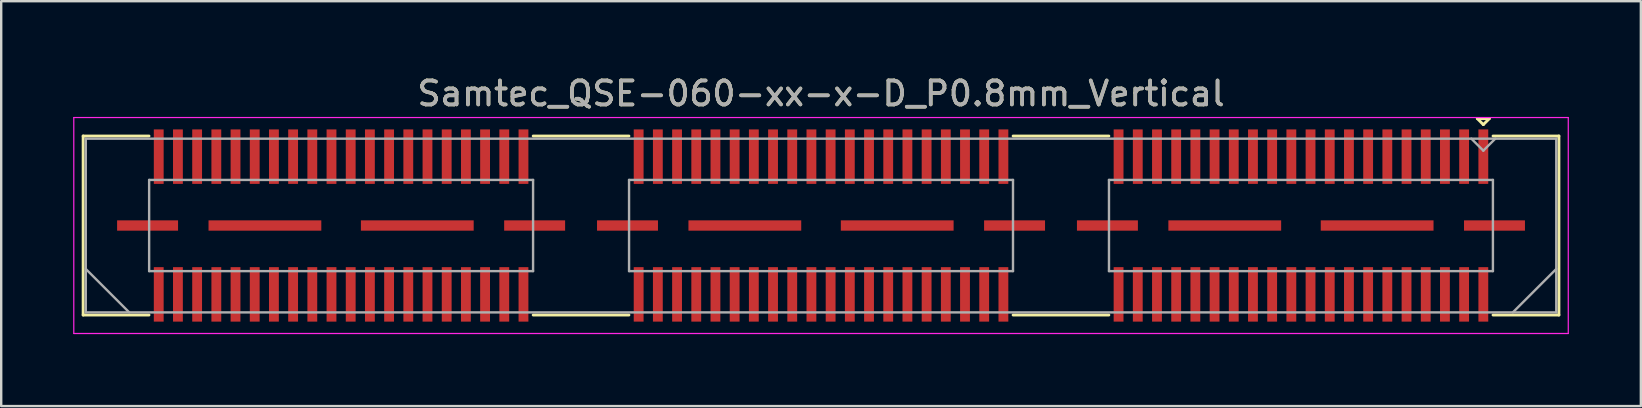
<source format=kicad_pcb>
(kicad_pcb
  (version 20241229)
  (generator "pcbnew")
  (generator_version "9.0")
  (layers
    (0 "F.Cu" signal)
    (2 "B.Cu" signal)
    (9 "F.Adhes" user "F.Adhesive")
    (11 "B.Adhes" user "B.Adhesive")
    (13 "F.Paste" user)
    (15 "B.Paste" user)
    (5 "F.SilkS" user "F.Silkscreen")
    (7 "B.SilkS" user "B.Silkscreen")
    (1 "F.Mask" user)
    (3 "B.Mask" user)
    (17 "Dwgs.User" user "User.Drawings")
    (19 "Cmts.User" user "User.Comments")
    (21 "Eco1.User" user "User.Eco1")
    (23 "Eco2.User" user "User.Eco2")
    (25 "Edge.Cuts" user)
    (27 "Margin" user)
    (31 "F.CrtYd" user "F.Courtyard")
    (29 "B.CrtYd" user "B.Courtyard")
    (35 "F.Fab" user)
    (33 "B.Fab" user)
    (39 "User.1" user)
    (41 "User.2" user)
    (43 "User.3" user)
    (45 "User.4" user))
  (footprint "Samtec_QSE-060-xx-x-D_P0.8mm_Vertical"
    (layer "F.Cu")
    (at 31.165 6.348)
    (property "Reference" "Samtec_QSE-060-xx-x-D_P0.8mm_Vertical" (at 0 -5.5 0) (layer "F.SilkS") (effects (font (size 1 1) (thickness 0.15))))
    (attr smd)
    (fp_line (start -30.75 -3.73) (end -28.005 -3.73) (stroke (width 0.12) (type solid)) (layer "F.SilkS"))
    (fp_line (start -30.75 3.73) (end -30.75 -3.73) (stroke (width 0.12) (type solid)) (layer "F.SilkS"))
    (fp_line (start -28.005 3.73) (end -30.75 3.73) (stroke (width 0.12) (type solid)) (layer "F.SilkS"))
    (fp_line (start -8.005 -3.73) (end -11.995 -3.73) (stroke (width 0.12) (type solid)) (layer "F.SilkS"))
    (fp_line (start -8.005 3.73) (end -11.995 3.73) (stroke (width 0.12) (type solid)) (layer "F.SilkS"))
    (fp_line (start 11.995 -3.73) (end 8.005 -3.73) (stroke (width 0.12) (type solid)) (layer "F.SilkS"))
    (fp_line (start 11.995 3.73) (end 8.005 3.73) (stroke (width 0.12) (type solid)) (layer "F.SilkS"))
    (fp_line (start 27.35 -4.455) (end 27.85 -4.455) (stroke (width 0.12) (type solid)) (layer "F.SilkS"))
    (fp_line (start 27.6 -4.205) (end 27.35 -4.455) (stroke (width 0.12) (type solid)) (layer "F.SilkS"))
    (fp_line (start 27.85 -4.455) (end 27.6 -4.205) (stroke (width 0.12) (type solid)) (layer "F.SilkS"))
    (fp_line (start 28.005 3.73) (end 30.75 3.73) (stroke (width 0.12) (type solid)) (layer "F.SilkS"))
    (fp_line (start 30.75 -3.73) (end 28.005 -3.73) (stroke (width 0.12) (type solid)) (layer "F.SilkS"))
    (fp_line (start 30.75 3.73) (end 30.75 -3.73) (stroke (width 0.12) (type solid)) (layer "F.SilkS"))
    (fp_line (start -31.14 -4.5) (end -31.14 4.5) (stroke (width 0.05) (type solid)) (layer "F.CrtYd"))
    (fp_line (start -31.14 4.5) (end 31.14 4.5) (stroke (width 0.05) (type solid)) (layer "F.CrtYd"))
    (fp_line (start 31.14 -4.5) (end -31.14 -4.5) (stroke (width 0.05) (type solid)) (layer "F.CrtYd"))
    (fp_line (start 31.14 4.5) (end 31.14 -4.5) (stroke (width 0.05) (type solid)) (layer "F.CrtYd"))
    (fp_line (start -30.64 -3.62) (end -30.64 3.62) (stroke (width 0.1) (type solid)) (layer "F.Fab"))
    (fp_line (start -30.64 1.81) (end -28.83 3.62) (stroke (width 0.1) (type solid)) (layer "F.Fab"))
    (fp_line (start -30.64 3.62) (end 30.64 3.62) (stroke (width 0.1) (type solid)) (layer "F.Fab"))
    (fp_line (start -28 -1.9) (end -28 1.9) (stroke (width 0.1) (type solid)) (layer "F.Fab"))
    (fp_line (start -28 1.9) (end -12 1.9) (stroke (width 0.1) (type solid)) (layer "F.Fab"))
    (fp_line (start -12 -1.9) (end -28 -1.9) (stroke (width 0.1) (type solid)) (layer "F.Fab"))
    (fp_line (start -12 1.9) (end -12 -1.9) (stroke (width 0.1) (type solid)) (layer "F.Fab"))
    (fp_line (start -8 -1.9) (end -8 1.9) (stroke (width 0.1) (type solid)) (layer "F.Fab"))
    (fp_line (start -8 1.9) (end 8 1.9) (stroke (width 0.1) (type solid)) (layer "F.Fab"))
    (fp_line (start 8 -1.9) (end -8 -1.9) (stroke (width 0.1) (type solid)) (layer "F.Fab"))
    (fp_line (start 8 1.9) (end 8 -1.9) (stroke (width 0.1) (type solid)) (layer "F.Fab"))
    (fp_line (start 12 -1.9) (end 12 1.9) (stroke (width 0.1) (type solid)) (layer "F.Fab"))
    (fp_line (start 12 1.9) (end 28 1.9) (stroke (width 0.1) (type solid)) (layer "F.Fab"))
    (fp_line (start 27.6 -3.12) (end 27.1 -3.62) (stroke (width 0.1) (type solid)) (layer "F.Fab"))
    (fp_line (start 28 -1.9) (end 12 -1.9) (stroke (width 0.1) (type solid)) (layer "F.Fab"))
    (fp_line (start 28 1.9) (end 28 -1.9) (stroke (width 0.1) (type solid)) (layer "F.Fab"))
    (fp_line (start 28.1 -3.62) (end 27.6 -3.12) (stroke (width 0.1) (type solid)) (layer "F.Fab"))
    (fp_line (start 30.64 -3.62) (end -30.64 -3.62) (stroke (width 0.1) (type solid)) (layer "F.Fab"))
    (fp_line (start 30.64 1.81) (end 28.83 3.62) (stroke (width 0.1) (type solid)) (layer "F.Fab"))
    (fp_line (start 30.64 3.62) (end 30.64 -3.62) (stroke (width 0.1) (type solid)) (layer "F.Fab"))
    (fp_text user "${REFERENCE}" (at 0 -5.5 0) (layer "F.Fab") (effects (font (size 1 1) (thickness 0.15))))
    (pad "1" smd rect (at 27.6 -2.87) (size 0.41 2.27) (layers "F.Cu" "F.Mask" "F.Paste"))
    (pad "2" smd rect (at 27.6 2.87) (size 0.41 2.27) (layers "F.Cu" "F.Mask" "F.Paste"))
    (pad "3" smd rect (at 26.8 -2.87) (size 0.41 2.27) (layers "F.Cu" "F.Mask" "F.Paste"))
    (pad "4" smd rect (at 26.8 2.87) (size 0.41 2.27) (layers "F.Cu" "F.Mask" "F.Paste"))
    (pad "5" smd rect (at 26 -2.87) (size 0.41 2.27) (layers "F.Cu" "F.Mask" "F.Paste"))
    (pad "6" smd rect (at 26 2.87) (size 0.41 2.27) (layers "F.Cu" "F.Mask" "F.Paste"))
    (pad "7" smd rect (at 25.2 -2.87) (size 0.41 2.27) (layers "F.Cu" "F.Mask" "F.Paste"))
    (pad "8" smd rect (at 25.2 2.87) (size 0.41 2.27) (layers "F.Cu" "F.Mask" "F.Paste"))
    (pad "9" smd rect (at 24.4 -2.87) (size 0.41 2.27) (layers "F.Cu" "F.Mask" "F.Paste"))
    (pad "10" smd rect (at 24.4 2.87) (size 0.41 2.27) (layers "F.Cu" "F.Mask" "F.Paste"))
    (pad "11" smd rect (at 23.6 -2.87) (size 0.41 2.27) (layers "F.Cu" "F.Mask" "F.Paste"))
    (pad "12" smd rect (at 23.6 2.87) (size 0.41 2.27) (layers "F.Cu" "F.Mask" "F.Paste"))
    (pad "13" smd rect (at 22.8 -2.87) (size 0.41 2.27) (layers "F.Cu" "F.Mask" "F.Paste"))
    (pad "14" smd rect (at 22.8 2.87) (size 0.41 2.27) (layers "F.Cu" "F.Mask" "F.Paste"))
    (pad "15" smd rect (at 22 -2.87) (size 0.41 2.27) (layers "F.Cu" "F.Mask" "F.Paste"))
    (pad "16" smd rect (at 22 2.87) (size 0.41 2.27) (layers "F.Cu" "F.Mask" "F.Paste"))
    (pad "17" smd rect (at 21.2 -2.87) (size 0.41 2.27) (layers "F.Cu" "F.Mask" "F.Paste"))
    (pad "18" smd rect (at 21.2 2.87) (size 0.41 2.27) (layers "F.Cu" "F.Mask" "F.Paste"))
    (pad "19" smd rect (at 20.4 -2.87) (size 0.41 2.27) (layers "F.Cu" "F.Mask" "F.Paste"))
    (pad "20" smd rect (at 20.4 2.87) (size 0.41 2.27) (layers "F.Cu" "F.Mask" "F.Paste"))
    (pad "21" smd rect (at 19.6 -2.87) (size 0.41 2.27) (layers "F.Cu" "F.Mask" "F.Paste"))
    (pad "22" smd rect (at 19.6 2.87) (size 0.41 2.27) (layers "F.Cu" "F.Mask" "F.Paste"))
    (pad "23" smd rect (at 18.8 -2.87) (size 0.41 2.27) (layers "F.Cu" "F.Mask" "F.Paste"))
    (pad "24" smd rect (at 18.8 2.87) (size 0.41 2.27) (layers "F.Cu" "F.Mask" "F.Paste"))
    (pad "25" smd rect (at 18 -2.87) (size 0.41 2.27) (layers "F.Cu" "F.Mask" "F.Paste"))
    (pad "26" smd rect (at 18 2.87) (size 0.41 2.27) (layers "F.Cu" "F.Mask" "F.Paste"))
    (pad "27" smd rect (at 17.2 -2.87) (size 0.41 2.27) (layers "F.Cu" "F.Mask" "F.Paste"))
    (pad "28" smd rect (at 17.2 2.87) (size 0.41 2.27) (layers "F.Cu" "F.Mask" "F.Paste"))
    (pad "29" smd rect (at 16.4 -2.87) (size 0.41 2.27) (layers "F.Cu" "F.Mask" "F.Paste"))
    (pad "30" smd rect (at 16.4 2.87) (size 0.41 2.27) (layers "F.Cu" "F.Mask" "F.Paste"))
    (pad "31" smd rect (at 15.6 -2.87) (size 0.41 2.27) (layers "F.Cu" "F.Mask" "F.Paste"))
    (pad "32" smd rect (at 15.6 2.87) (size 0.41 2.27) (layers "F.Cu" "F.Mask" "F.Paste"))
    (pad "33" smd rect (at 14.8 -2.87) (size 0.41 2.27) (layers "F.Cu" "F.Mask" "F.Paste"))
    (pad "34" smd rect (at 14.8 2.87) (size 0.41 2.27) (layers "F.Cu" "F.Mask" "F.Paste"))
    (pad "35" smd rect (at 14 -2.87) (size 0.41 2.27) (layers "F.Cu" "F.Mask" "F.Paste"))
    (pad "36" smd rect (at 14 2.87) (size 0.41 2.27) (layers "F.Cu" "F.Mask" "F.Paste"))
    (pad "37" smd rect (at 13.2 -2.87) (size 0.41 2.27) (layers "F.Cu" "F.Mask" "F.Paste"))
    (pad "38" smd rect (at 13.2 2.87) (size 0.41 2.27) (layers "F.Cu" "F.Mask" "F.Paste"))
    (pad "39" smd rect (at 12.4 -2.87) (size 0.41 2.27) (layers "F.Cu" "F.Mask" "F.Paste"))
    (pad "40" smd rect (at 12.4 2.87) (size 0.41 2.27) (layers "F.Cu" "F.Mask" "F.Paste"))
    (pad "41" smd rect (at 7.6 -2.87) (size 0.41 2.27) (layers "F.Cu" "F.Mask" "F.Paste"))
    (pad "42" smd rect (at 7.6 2.87) (size 0.41 2.27) (layers "F.Cu" "F.Mask" "F.Paste"))
    (pad "43" smd rect (at 6.8 -2.87) (size 0.41 2.27) (layers "F.Cu" "F.Mask" "F.Paste"))
    (pad "44" smd rect (at 6.8 2.87) (size 0.41 2.27) (layers "F.Cu" "F.Mask" "F.Paste"))
    (pad "45" smd rect (at 6 -2.87) (size 0.41 2.27) (layers "F.Cu" "F.Mask" "F.Paste"))
    (pad "46" smd rect (at 6 2.87) (size 0.41 2.27) (layers "F.Cu" "F.Mask" "F.Paste"))
    (pad "47" smd rect (at 5.2 -2.87) (size 0.41 2.27) (layers "F.Cu" "F.Mask" "F.Paste"))
    (pad "48" smd rect (at 5.2 2.87) (size 0.41 2.27) (layers "F.Cu" "F.Mask" "F.Paste"))
    (pad "49" smd rect (at 4.4 -2.87) (size 0.41 2.27) (layers "F.Cu" "F.Mask" "F.Paste"))
    (pad "50" smd rect (at 4.4 2.87) (size 0.41 2.27) (layers "F.Cu" "F.Mask" "F.Paste"))
    (pad "51" smd rect (at 3.6 -2.87) (size 0.41 2.27) (layers "F.Cu" "F.Mask" "F.Paste"))
    (pad "52" smd rect (at 3.6 2.87) (size 0.41 2.27) (layers "F.Cu" "F.Mask" "F.Paste"))
    (pad "53" smd rect (at 2.8 -2.87) (size 0.41 2.27) (layers "F.Cu" "F.Mask" "F.Paste"))
    (pad "54" smd rect (at 2.8 2.87) (size 0.41 2.27) (layers "F.Cu" "F.Mask" "F.Paste"))
    (pad "55" smd rect (at 2 -2.87) (size 0.41 2.27) (layers "F.Cu" "F.Mask" "F.Paste"))
    (pad "56" smd rect (at 2 2.87) (size 0.41 2.27) (layers "F.Cu" "F.Mask" "F.Paste"))
    (pad "57" smd rect (at 1.2 -2.87) (size 0.41 2.27) (layers "F.Cu" "F.Mask" "F.Paste"))
    (pad "58" smd rect (at 1.2 2.87) (size 0.41 2.27) (layers "F.Cu" "F.Mask" "F.Paste"))
    (pad "59" smd rect (at 0.4 -2.87) (size 0.41 2.27) (layers "F.Cu" "F.Mask" "F.Paste"))
    (pad "60" smd rect (at 0.4 2.87) (size 0.41 2.27) (layers "F.Cu" "F.Mask" "F.Paste"))
    (pad "61" smd rect (at -0.4 -2.87) (size 0.41 2.27) (layers "F.Cu" "F.Mask" "F.Paste"))
    (pad "62" smd rect (at -0.4 2.87) (size 0.41 2.27) (layers "F.Cu" "F.Mask" "F.Paste"))
    (pad "63" smd rect (at -1.2 -2.87) (size 0.41 2.27) (layers "F.Cu" "F.Mask" "F.Paste"))
    (pad "64" smd rect (at -1.2 2.87) (size 0.41 2.27) (layers "F.Cu" "F.Mask" "F.Paste"))
    (pad "65" smd rect (at -2 -2.87) (size 0.41 2.27) (layers "F.Cu" "F.Mask" "F.Paste"))
    (pad "66" smd rect (at -2 2.87) (size 0.41 2.27) (layers "F.Cu" "F.Mask" "F.Paste"))
    (pad "67" smd rect (at -2.8 -2.87) (size 0.41 2.27) (layers "F.Cu" "F.Mask" "F.Paste"))
    (pad "68" smd rect (at -2.8 2.87) (size 0.41 2.27) (layers "F.Cu" "F.Mask" "F.Paste"))
    (pad "69" smd rect (at -3.6 -2.87) (size 0.41 2.27) (layers "F.Cu" "F.Mask" "F.Paste"))
    (pad "70" smd rect (at -3.6 2.87) (size 0.41 2.27) (layers "F.Cu" "F.Mask" "F.Paste"))
    (pad "71" smd rect (at -4.4 -2.87) (size 0.41 2.27) (layers "F.Cu" "F.Mask" "F.Paste"))
    (pad "72" smd rect (at -4.4 2.87) (size 0.41 2.27) (layers "F.Cu" "F.Mask" "F.Paste"))
    (pad "73" smd rect (at -5.2 -2.87) (size 0.41 2.27) (layers "F.Cu" "F.Mask" "F.Paste"))
    (pad "74" smd rect (at -5.2 2.87) (size 0.41 2.27) (layers "F.Cu" "F.Mask" "F.Paste"))
    (pad "75" smd rect (at -6 -2.87) (size 0.41 2.27) (layers "F.Cu" "F.Mask" "F.Paste"))
    (pad "76" smd rect (at -6 2.87) (size 0.41 2.27) (layers "F.Cu" "F.Mask" "F.Paste"))
    (pad "77" smd rect (at -6.8 -2.87) (size 0.41 2.27) (layers "F.Cu" "F.Mask" "F.Paste"))
    (pad "78" smd rect (at -6.8 2.87) (size 0.41 2.27) (layers "F.Cu" "F.Mask" "F.Paste"))
    (pad "79" smd rect (at -7.6 -2.87) (size 0.41 2.27) (layers "F.Cu" "F.Mask" "F.Paste"))
    (pad "80" smd rect (at -7.6 2.87) (size 0.41 2.27) (layers "F.Cu" "F.Mask" "F.Paste"))
    (pad "81" smd rect (at -12.4 -2.87) (size 0.41 2.27) (layers "F.Cu" "F.Mask" "F.Paste"))
    (pad "82" smd rect (at -12.4 2.87) (size 0.41 2.27) (layers "F.Cu" "F.Mask" "F.Paste"))
    (pad "83" smd rect (at -13.2 -2.87) (size 0.41 2.27) (layers "F.Cu" "F.Mask" "F.Paste"))
    (pad "84" smd rect (at -13.2 2.87) (size 0.41 2.27) (layers "F.Cu" "F.Mask" "F.Paste"))
    (pad "85" smd rect (at -14 -2.87) (size 0.41 2.27) (layers "F.Cu" "F.Mask" "F.Paste"))
    (pad "86" smd rect (at -14 2.87) (size 0.41 2.27) (layers "F.Cu" "F.Mask" "F.Paste"))
    (pad "87" smd rect (at -14.8 -2.87) (size 0.41 2.27) (layers "F.Cu" "F.Mask" "F.Paste"))
    (pad "88" smd rect (at -14.8 2.87) (size 0.41 2.27) (layers "F.Cu" "F.Mask" "F.Paste"))
    (pad "89" smd rect (at -15.6 -2.87) (size 0.41 2.27) (layers "F.Cu" "F.Mask" "F.Paste"))
    (pad "90" smd rect (at -15.6 2.87) (size 0.41 2.27) (layers "F.Cu" "F.Mask" "F.Paste"))
    (pad "91" smd rect (at -16.4 -2.87) (size 0.41 2.27) (layers "F.Cu" "F.Mask" "F.Paste"))
    (pad "92" smd rect (at -16.4 2.87) (size 0.41 2.27) (layers "F.Cu" "F.Mask" "F.Paste"))
    (pad "93" smd rect (at -17.2 -2.87) (size 0.41 2.27) (layers "F.Cu" "F.Mask" "F.Paste"))
    (pad "94" smd rect (at -17.2 2.87) (size 0.41 2.27) (layers "F.Cu" "F.Mask" "F.Paste"))
    (pad "95" smd rect (at -18 -2.87) (size 0.41 2.27) (layers "F.Cu" "F.Mask" "F.Paste"))
    (pad "96" smd rect (at -18 2.87) (size 0.41 2.27) (layers "F.Cu" "F.Mask" "F.Paste"))
    (pad "97" smd rect (at -18.8 -2.87) (size 0.41 2.27) (layers "F.Cu" "F.Mask" "F.Paste"))
    (pad "98" smd rect (at -18.8 2.87) (size 0.41 2.27) (layers "F.Cu" "F.Mask" "F.Paste"))
    (pad "99" smd rect (at -19.6 -2.87) (size 0.41 2.27) (layers "F.Cu" "F.Mask" "F.Paste"))
    (pad "100" smd rect (at -19.6 2.87) (size 0.41 2.27) (layers "F.Cu" "F.Mask" "F.Paste"))
    (pad "101" smd rect (at -20.4 -2.87) (size 0.41 2.27) (layers "F.Cu" "F.Mask" "F.Paste"))
    (pad "102" smd rect (at -20.4 2.87) (size 0.41 2.27) (layers "F.Cu" "F.Mask" "F.Paste"))
    (pad "103" smd rect (at -21.2 -2.87) (size 0.41 2.27) (layers "F.Cu" "F.Mask" "F.Paste"))
    (pad "104" smd rect (at -21.2 2.87) (size 0.41 2.27) (layers "F.Cu" "F.Mask" "F.Paste"))
    (pad "105" smd rect (at -22 -2.87) (size 0.41 2.27) (layers "F.Cu" "F.Mask" "F.Paste"))
    (pad "106" smd rect (at -22 2.87) (size 0.41 2.27) (layers "F.Cu" "F.Mask" "F.Paste"))
    (pad "107" smd rect (at -22.8 -2.87) (size 0.41 2.27) (layers "F.Cu" "F.Mask" "F.Paste"))
    (pad "108" smd rect (at -22.8 2.87) (size 0.41 2.27) (layers "F.Cu" "F.Mask" "F.Paste"))
    (pad "109" smd rect (at -23.6 -2.87) (size 0.41 2.27) (layers "F.Cu" "F.Mask" "F.Paste"))
    (pad "110" smd rect (at -23.6 2.87) (size 0.41 2.27) (layers "F.Cu" "F.Mask" "F.Paste"))
    (pad "111" smd rect (at -24.4 -2.87) (size 0.41 2.27) (layers "F.Cu" "F.Mask" "F.Paste"))
    (pad "112" smd rect (at -24.4 2.87) (size 0.41 2.27) (layers "F.Cu" "F.Mask" "F.Paste"))
    (pad "113" smd rect (at -25.2 -2.87) (size 0.41 2.27) (layers "F.Cu" "F.Mask" "F.Paste"))
    (pad "114" smd rect (at -25.2 2.87) (size 0.41 2.27) (layers "F.Cu" "F.Mask" "F.Paste"))
    (pad "115" smd rect (at -26 -2.87) (size 0.41 2.27) (layers "F.Cu" "F.Mask" "F.Paste"))
    (pad "116" smd rect (at -26 2.87) (size 0.41 2.27) (layers "F.Cu" "F.Mask" "F.Paste"))
    (pad "117" smd rect (at -26.8 -2.87) (size 0.41 2.27) (layers "F.Cu" "F.Mask" "F.Paste"))
    (pad "118" smd rect (at -26.8 2.87) (size 0.41 2.27) (layers "F.Cu" "F.Mask" "F.Paste"))
    (pad "119" smd rect (at -27.6 -2.87) (size 0.41 2.27) (layers "F.Cu" "F.Mask" "F.Paste"))
    (pad "120" smd rect (at -27.6 2.87) (size 0.41 2.27) (layers "F.Cu" "F.Mask" "F.Paste"))
    (pad "P1" smd rect (at 11.935 0) (size 2.54 0.43) (layers "F.Cu" "F.Mask" "F.Paste"))
    (pad "P1" smd rect (at 16.825 0) (size 4.7 0.43) (layers "F.Cu" "F.Mask" "F.Paste"))
    (pad "P1" smd rect (at 23.175 0) (size 4.7 0.43) (layers "F.Cu" "F.Mask" "F.Paste"))
    (pad "P1" smd rect (at 28.065 0) (size 2.54 0.43) (layers "F.Cu" "F.Mask" "F.Paste"))
    (pad "P2" smd rect (at -8.065 0) (size 2.54 0.43) (layers "F.Cu" "F.Mask" "F.Paste"))
    (pad "P2" smd rect (at -3.175 0) (size 4.7 0.43) (layers "F.Cu" "F.Mask" "F.Paste"))
    (pad "P2" smd rect (at 3.175 0) (size 4.7 0.43) (layers "F.Cu" "F.Mask" "F.Paste"))
    (pad "P2" smd rect (at 8.065 0) (size 2.54 0.43) (layers "F.Cu" "F.Mask" "F.Paste"))
    (pad "P3" smd rect (at -28.065 0) (size 2.54 0.43) (layers "F.Cu" "F.Mask" "F.Paste"))
    (pad "P3" smd rect (at -23.175 0) (size 4.7 0.43) (layers "F.Cu" "F.Mask" "F.Paste"))
    (pad "P3" smd rect (at -16.825 0) (size 4.7 0.43) (layers "F.Cu" "F.Mask" "F.Paste"))
    (pad "P3" smd rect (at -11.935 0) (size 2.54 0.43) (layers "F.Cu" "F.Mask" "F.Paste")))
  (gr_rect
    (start -3 -3)
    (end 65.33 13.873)
    (stroke (width 0.1) (type default))
    (fill no)
    (layer "Edge.Cuts")))
</source>
